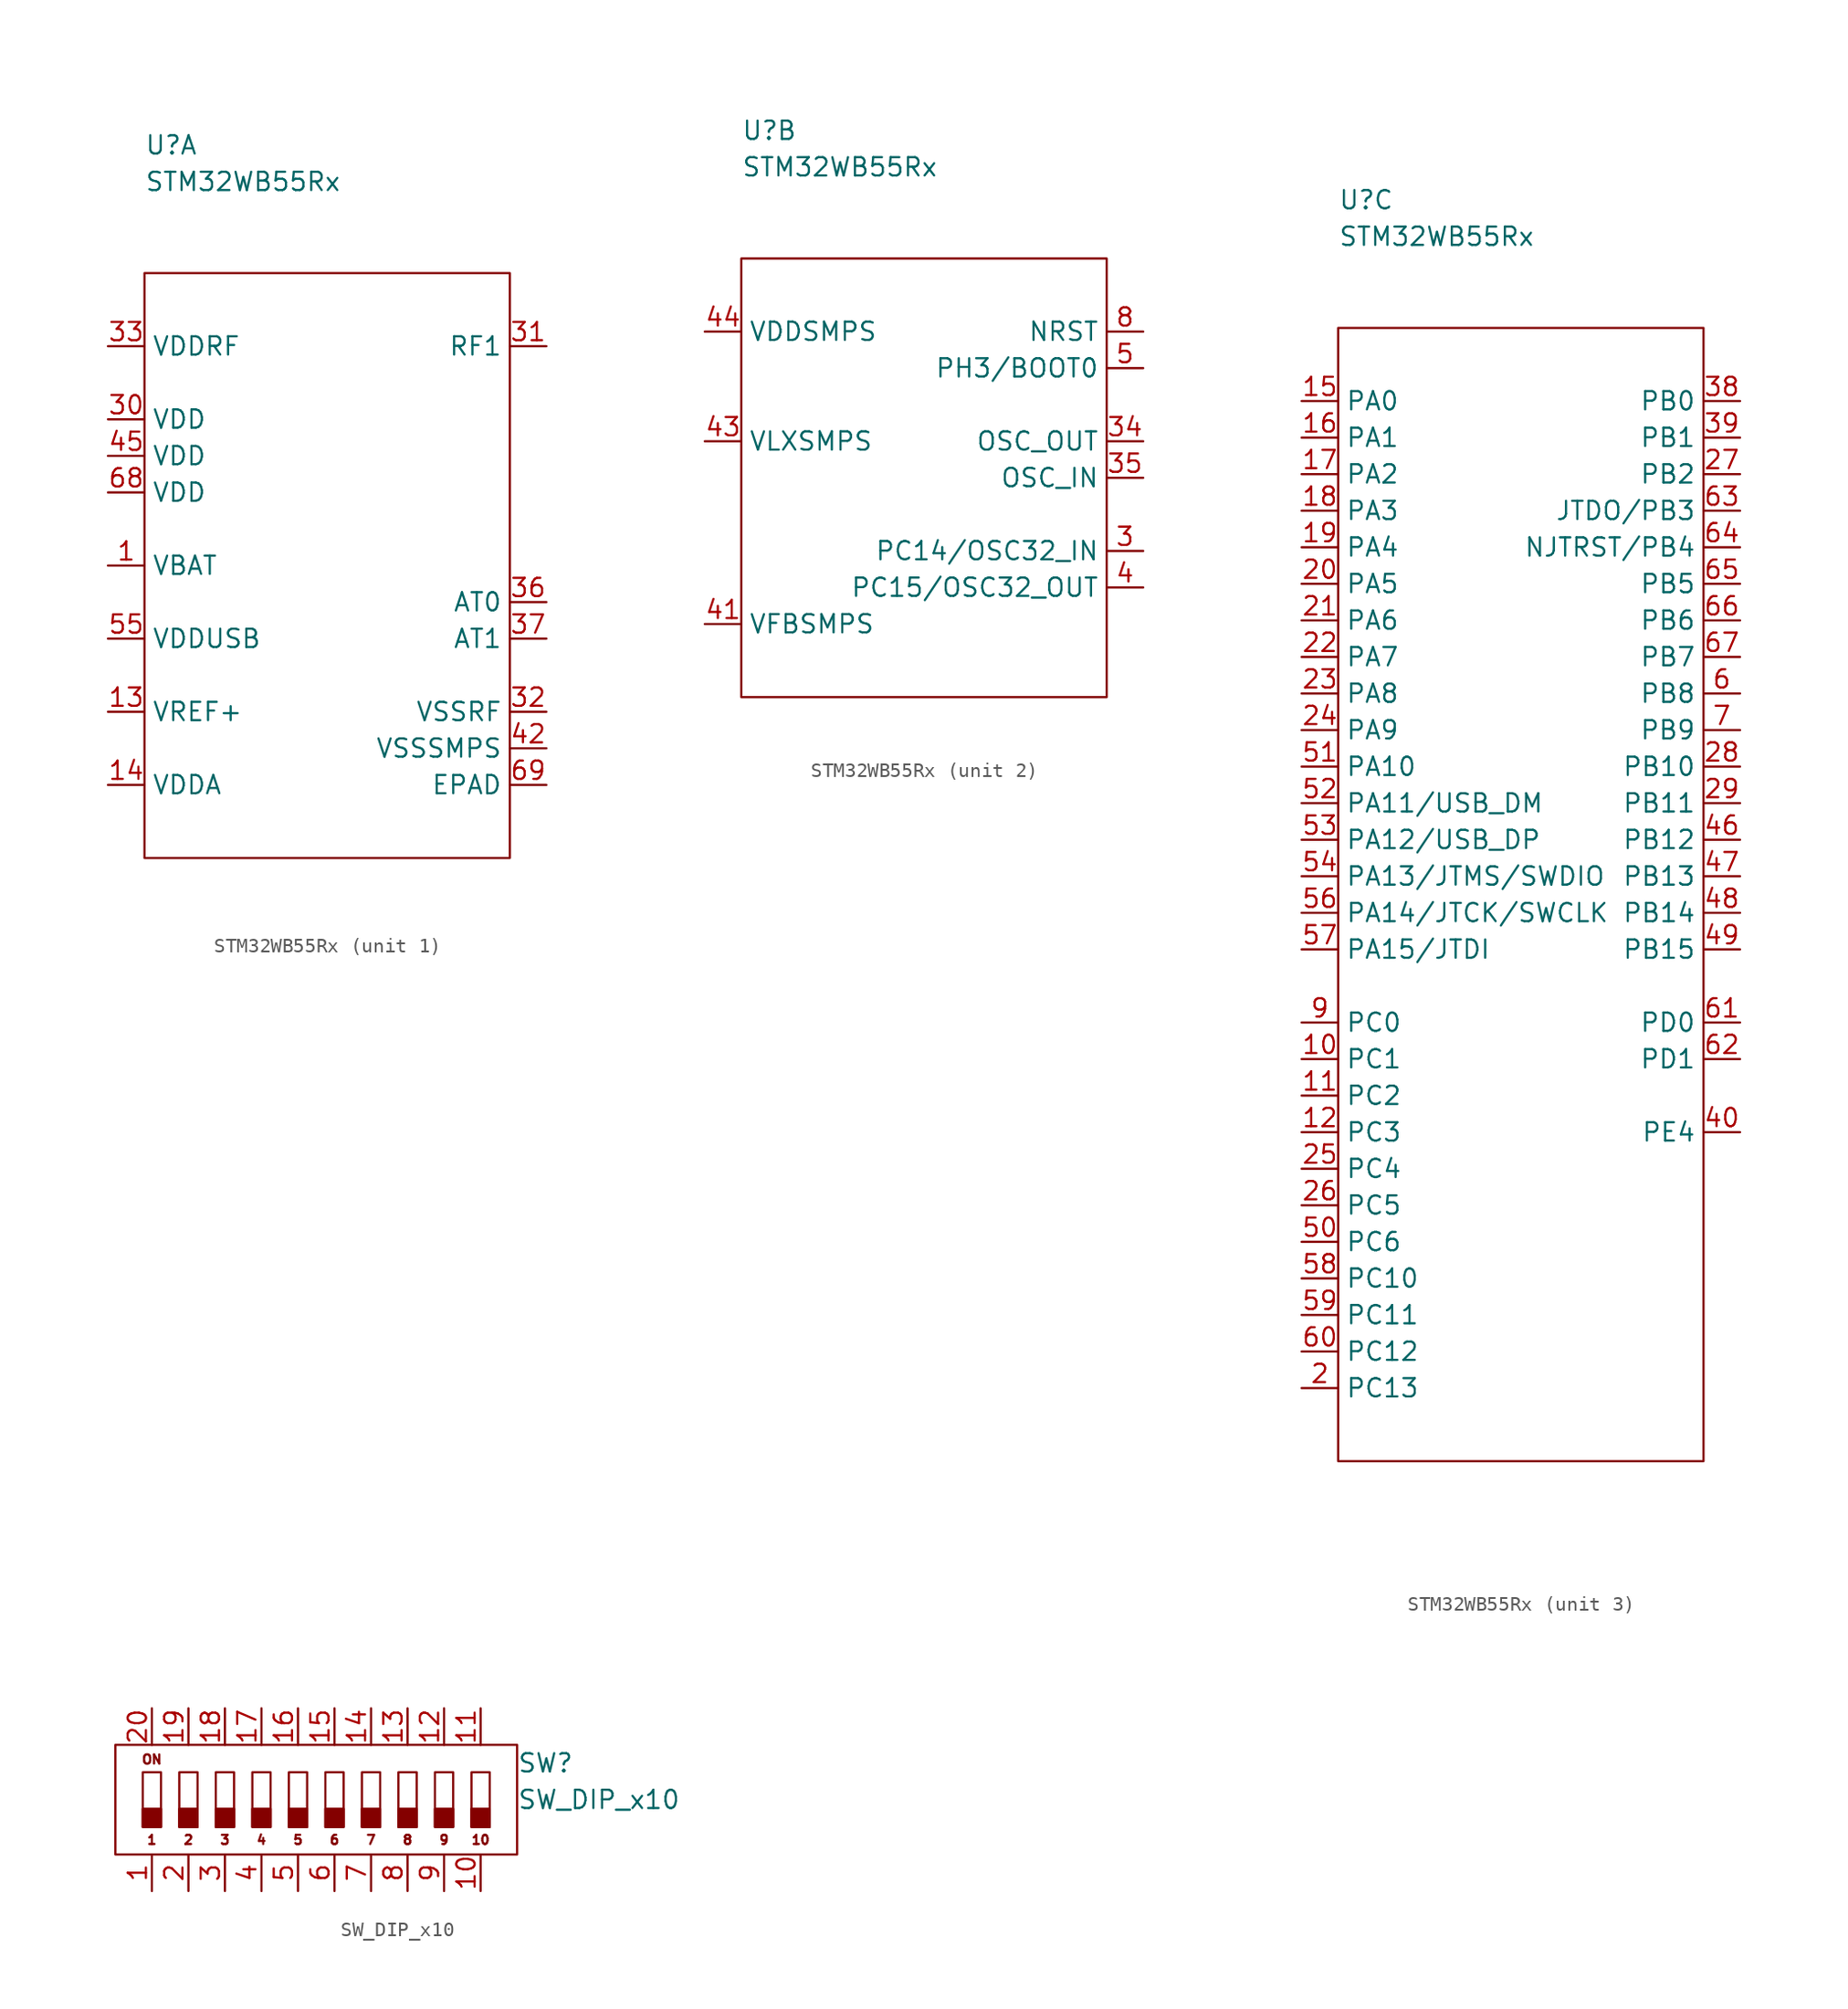
<source format=kicad_sym>
(kicad_symbol_lib
  (version 20211014)
  (generator kicad_symbol_editor)
  (symbol "STM32WB55Rx"
    (property "Reference" "U"
      (at 0 8.89 0)
      (effects (font (size 1.27 1.27)) (justify left)))
    (property "Value" "STM32WB55Rx"
      (at 0 6.35 0)
      (effects (font (size 1.27 1.27)) (justify left)))
    (symbol "STM32WB55Rx_1_1"
      (rectangle (start 0 0) (end 25.4 -40.64) (stroke (width 0.152) (type default) (color 0 0 0 0)) (fill (type none)))
      (pin passive line (at -2.54 -20.32 0) (length 2.54) (name "VBAT" (effects (font (size 1.27 1.27)))) (number "1" (effects (font (size 1.27 1.27)))))
      (pin passive line (at -2.54 -30.48 0) (length 2.54) (name "VREF+" (effects (font (size 1.27 1.27)))) (number "13" (effects (font (size 1.27 1.27)))))
      (pin passive line (at -2.54 -35.56 0) (length 2.54) (name "VDDA" (effects (font (size 1.27 1.27)))) (number "14" (effects (font (size 1.27 1.27)))))
      (pin passive line (at -2.54 -10.16 0) (length 2.54) (name "VDD" (effects (font (size 1.27 1.27)))) (number "30" (effects (font (size 1.27 1.27)))))
      (pin passive line (at 27.94 -5.08 180) (length 2.54) (name "RF1" (effects (font (size 1.27 1.27)))) (number "31" (effects (font (size 1.27 1.27)))))
      (pin passive line (at 27.94 -30.48 180) (length 2.54) (name "VSSRF" (effects (font (size 1.27 1.27)))) (number "32" (effects (font (size 1.27 1.27)))))
      (pin passive line (at -2.54 -5.08 0) (length 2.54) (name "VDDRF" (effects (font (size 1.27 1.27)))) (number "33" (effects (font (size 1.27 1.27)))))
      (pin passive line (at 27.94 -22.86 180) (length 2.54) (name "AT0" (effects (font (size 1.27 1.27)))) (number "36" (effects (font (size 1.27 1.27)))))
      (pin passive line (at 27.94 -25.4 180) (length 2.54) (name "AT1" (effects (font (size 1.27 1.27)))) (number "37" (effects (font (size 1.27 1.27)))))
      (pin passive line (at 27.94 -33.02 180) (length 2.54) (name "VSSSMPS" (effects (font (size 1.27 1.27)))) (number "42" (effects (font (size 1.27 1.27)))))
      (pin passive line (at -2.54 -12.7 0) (length 2.54) (name "VDD" (effects (font (size 1.27 1.27)))) (number "45" (effects (font (size 1.27 1.27)))))
      (pin passive line (at -2.54 -25.4 0) (length 2.54) (name "VDDUSB" (effects (font (size 1.27 1.27)))) (number "55" (effects (font (size 1.27 1.27)))))
      (pin passive line (at -2.54 -15.24 0) (length 2.54) (name "VDD" (effects (font (size 1.27 1.27)))) (number "68" (effects (font (size 1.27 1.27)))))
      (pin passive line (at 27.94 -35.56 180) (length 2.54) (name "EPAD" (effects (font (size 1.27 1.27)))) (number "69" (effects (font (size 1.27 1.27))))))
    (symbol "STM32WB55Rx_2_1"
      (rectangle (start 0 0) (end 25.4 -30.48) (stroke (width 0.152) (type default) (color 0 0 0 0)) (fill (type none)))
      (pin passive line (at 27.94 -20.32 180) (length 2.54) (name "PC14/OSC32_IN" (effects (font (size 1.27 1.27)))) (number "3" (effects (font (size 1.27 1.27)))))
      (pin passive line (at 27.94 -12.7 180) (length 2.54) (name "OSC_OUT" (effects (font (size 1.27 1.27)))) (number "34" (effects (font (size 1.27 1.27)))))
      (pin passive line (at 27.94 -15.24 180) (length 2.54) (name "OSC_IN" (effects (font (size 1.27 1.27)))) (number "35" (effects (font (size 1.27 1.27)))))
      (pin passive line (at 27.94 -22.86 180) (length 2.54) (name "PC15/OSC32_OUT" (effects (font (size 1.27 1.27)))) (number "4" (effects (font (size 1.27 1.27)))))
      (pin passive line (at -2.54 -25.4 0) (length 2.54) (name "VFBSMPS" (effects (font (size 1.27 1.27)))) (number "41" (effects (font (size 1.27 1.27)))))
      (pin passive line (at -2.54 -12.7 0) (length 2.54) (name "VLXSMPS" (effects (font (size 1.27 1.27)))) (number "43" (effects (font (size 1.27 1.27)))))
      (pin passive line (at -2.54 -5.08 0) (length 2.54) (name "VDDSMPS" (effects (font (size 1.27 1.27)))) (number "44" (effects (font (size 1.27 1.27)))))
      (pin passive line (at 27.94 -7.62 180) (length 2.54) (name "PH3/BOOT0" (effects (font (size 1.27 1.27)))) (number "5" (effects (font (size 1.27 1.27)))))
      (pin passive line (at 27.94 -5.08 180) (length 2.54) (name "NRST" (effects (font (size 1.27 1.27)))) (number "8" (effects (font (size 1.27 1.27))))))
    (symbol "STM32WB55Rx_3_1"
      (rectangle (start 0 0) (end 25.4 -78.74) (stroke (width 0.152) (type default) (color 0 0 0 0)) (fill (type none)))
      (pin passive line (at -2.54 -50.8 0) (length 2.54) (name "PC1" (effects (font (size 1.27 1.27)))) (number "10" (effects (font (size 1.27 1.27)))))
      (pin passive line (at -2.54 -53.34 0) (length 2.54) (name "PC2" (effects (font (size 1.27 1.27)))) (number "11" (effects (font (size 1.27 1.27)))))
      (pin passive line (at -2.54 -55.88 0) (length 2.54) (name "PC3" (effects (font (size 1.27 1.27)))) (number "12" (effects (font (size 1.27 1.27)))))
      (pin passive line (at -2.54 -5.08 0) (length 2.54) (name "PA0" (effects (font (size 1.27 1.27)))) (number "15" (effects (font (size 1.27 1.27)))))
      (pin passive line (at -2.54 -7.62 0) (length 2.54) (name "PA1" (effects (font (size 1.27 1.27)))) (number "16" (effects (font (size 1.27 1.27)))))
      (pin passive line (at -2.54 -10.16 0) (length 2.54) (name "PA2" (effects (font (size 1.27 1.27)))) (number "17" (effects (font (size 1.27 1.27)))))
      (pin passive line (at -2.54 -12.7 0) (length 2.54) (name "PA3" (effects (font (size 1.27 1.27)))) (number "18" (effects (font (size 1.27 1.27)))))
      (pin passive line (at -2.54 -15.24 0) (length 2.54) (name "PA4" (effects (font (size 1.27 1.27)))) (number "19" (effects (font (size 1.27 1.27)))))
      (pin passive line (at -2.54 -73.66 0) (length 2.54) (name "PC13" (effects (font (size 1.27 1.27)))) (number "2" (effects (font (size 1.27 1.27)))))
      (pin passive line (at -2.54 -17.78 0) (length 2.54) (name "PA5" (effects (font (size 1.27 1.27)))) (number "20" (effects (font (size 1.27 1.27)))))
      (pin passive line (at -2.54 -20.32 0) (length 2.54) (name "PA6" (effects (font (size 1.27 1.27)))) (number "21" (effects (font (size 1.27 1.27)))))
      (pin passive line (at -2.54 -22.86 0) (length 2.54) (name "PA7" (effects (font (size 1.27 1.27)))) (number "22" (effects (font (size 1.27 1.27)))))
      (pin passive line (at -2.54 -25.4 0) (length 2.54) (name "PA8" (effects (font (size 1.27 1.27)))) (number "23" (effects (font (size 1.27 1.27)))))
      (pin passive line (at -2.54 -27.94 0) (length 2.54) (name "PA9" (effects (font (size 1.27 1.27)))) (number "24" (effects (font (size 1.27 1.27)))))
      (pin passive line (at -2.54 -58.42 0) (length 2.54) (name "PC4" (effects (font (size 1.27 1.27)))) (number "25" (effects (font (size 1.27 1.27)))))
      (pin passive line (at -2.54 -60.96 0) (length 2.54) (name "PC5" (effects (font (size 1.27 1.27)))) (number "26" (effects (font (size 1.27 1.27)))))
      (pin passive line (at 27.94 -10.16 180) (length 2.54) (name "PB2" (effects (font (size 1.27 1.27)))) (number "27" (effects (font (size 1.27 1.27)))))
      (pin passive line (at 27.94 -30.48 180) (length 2.54) (name "PB10" (effects (font (size 1.27 1.27)))) (number "28" (effects (font (size 1.27 1.27)))))
      (pin passive line (at 27.94 -33.02 180) (length 2.54) (name "PB11" (effects (font (size 1.27 1.27)))) (number "29" (effects (font (size 1.27 1.27)))))
      (pin passive line (at 27.94 -5.08 180) (length 2.54) (name "PB0" (effects (font (size 1.27 1.27)))) (number "38" (effects (font (size 1.27 1.27)))))
      (pin passive line (at 27.94 -7.62 180) (length 2.54) (name "PB1" (effects (font (size 1.27 1.27)))) (number "39" (effects (font (size 1.27 1.27)))))
      (pin passive line (at 27.94 -55.88 180) (length 2.54) (name "PE4" (effects (font (size 1.27 1.27)))) (number "40" (effects (font (size 1.27 1.27)))))
      (pin passive line (at 27.94 -35.56 180) (length 2.54) (name "PB12" (effects (font (size 1.27 1.27)))) (number "46" (effects (font (size 1.27 1.27)))))
      (pin passive line (at 27.94 -38.1 180) (length 2.54) (name "PB13" (effects (font (size 1.27 1.27)))) (number "47" (effects (font (size 1.27 1.27)))))
      (pin passive line (at 27.94 -40.64 180) (length 2.54) (name "PB14" (effects (font (size 1.27 1.27)))) (number "48" (effects (font (size 1.27 1.27)))))
      (pin passive line (at 27.94 -43.18 180) (length 2.54) (name "PB15" (effects (font (size 1.27 1.27)))) (number "49" (effects (font (size 1.27 1.27)))))
      (pin passive line (at -2.54 -63.5 0) (length 2.54) (name "PC6" (effects (font (size 1.27 1.27)))) (number "50" (effects (font (size 1.27 1.27)))))
      (pin passive line (at -2.54 -30.48 0) (length 2.54) (name "PA10" (effects (font (size 1.27 1.27)))) (number "51" (effects (font (size 1.27 1.27)))))
      (pin passive line (at -2.54 -33.02 0) (length 2.54) (name "PA11/USB_DM" (effects (font (size 1.27 1.27)))) (number "52" (effects (font (size 1.27 1.27)))))
      (pin passive line (at -2.54 -35.56 0) (length 2.54) (name "PA12/USB_DP" (effects (font (size 1.27 1.27)))) (number "53" (effects (font (size 1.27 1.27)))))
      (pin passive line (at -2.54 -38.1 0) (length 2.54) (name "PA13/JTMS/SWDIO" (effects (font (size 1.27 1.27)))) (number "54" (effects (font (size 1.27 1.27)))))
      (pin passive line (at -2.54 -40.64 0) (length 2.54) (name "PA14/JTCK/SWCLK" (effects (font (size 1.27 1.27)))) (number "56" (effects (font (size 1.27 1.27)))))
      (pin passive line (at -2.54 -43.18 0) (length 2.54) (name "PA15/JTDI" (effects (font (size 1.27 1.27)))) (number "57" (effects (font (size 1.27 1.27)))))
      (pin passive line (at -2.54 -66.04 0) (length 2.54) (name "PC10" (effects (font (size 1.27 1.27)))) (number "58" (effects (font (size 1.27 1.27)))))
      (pin passive line (at -2.54 -68.58 0) (length 2.54) (name "PC11" (effects (font (size 1.27 1.27)))) (number "59" (effects (font (size 1.27 1.27)))))
      (pin passive line (at 27.94 -25.4 180) (length 2.54) (name "PB8" (effects (font (size 1.27 1.27)))) (number "6" (effects (font (size 1.27 1.27)))))
      (pin passive line (at -2.54 -71.12 0) (length 2.54) (name "PC12" (effects (font (size 1.27 1.27)))) (number "60" (effects (font (size 1.27 1.27)))))
      (pin passive line (at 27.94 -48.26 180) (length 2.54) (name "PD0" (effects (font (size 1.27 1.27)))) (number "61" (effects (font (size 1.27 1.27)))))
      (pin passive line (at 27.94 -50.8 180) (length 2.54) (name "PD1" (effects (font (size 1.27 1.27)))) (number "62" (effects (font (size 1.27 1.27)))))
      (pin passive line (at 27.94 -12.7 180) (length 2.54) (name "JTDO/PB3" (effects (font (size 1.27 1.27)))) (number "63" (effects (font (size 1.27 1.27)))))
      (pin passive line (at 27.94 -15.24 180) (length 2.54) (name "NJTRST/PB4" (effects (font (size 1.27 1.27)))) (number "64" (effects (font (size 1.27 1.27)))))
      (pin passive line (at 27.94 -17.78 180) (length 2.54) (name "PB5" (effects (font (size 1.27 1.27)))) (number "65" (effects (font (size 1.27 1.27)))))
      (pin passive line (at 27.94 -20.32 180) (length 2.54) (name "PB6" (effects (font (size 1.27 1.27)))) (number "66" (effects (font (size 1.27 1.27)))))
      (pin passive line (at 27.94 -22.86 180) (length 2.54) (name "PB7" (effects (font (size 1.27 1.27)))) (number "67" (effects (font (size 1.27 1.27)))))
      (pin passive line (at 27.94 -27.94 180) (length 2.54) (name "PB9" (effects (font (size 1.27 1.27)))) (number "7" (effects (font (size 1.27 1.27)))))
      (pin passive line (at -2.54 -48.26 0) (length 2.54) (name "PC0" (effects (font (size 1.27 1.27)))) (number "9" (effects (font (size 1.27 1.27)))))))
  (symbol "SW_DIP_x10"
    (property "Reference" "SW"
      (at 27.94 -1.27 0)
      (effects (font (size 1.27 1.27)) (justify left)))
    (property "Value" "SW_DIP_x10"
      (at 27.94 -3.81 0)
      (effects (font (size 1.27 1.27)) (justify left)))
    (symbol "SW_DIP_x10_0_0"
      (rectangle (start 0 0) (end 27.94 -7.62) (stroke (width 0.152) (type default) (color 0 0 0 0)) (fill (type none)))
      (text "1" (at 2.54 -6.604 0) (effects (font (size 0.635 0.635))))
      (text "10" (at 25.4 -6.604 0) (effects (font (size 0.635 0.635))))
      (text "2" (at 5.08 -6.604 0) (effects (font (size 0.635 0.635))))
      (text "3" (at 7.62 -6.604 0) (effects (font (size 0.635 0.635))))
      (text "4" (at 10.16 -6.604 0) (effects (font (size 0.635 0.635))))
      (text "5" (at 12.7 -6.604 0) (effects (font (size 0.635 0.635))))
      (text "6" (at 15.24 -6.604 0) (effects (font (size 0.635 0.635))))
      (text "7" (at 17.78 -6.604 0) (effects (font (size 0.635 0.635))))
      (text "8" (at 20.32 -6.604 0) (effects (font (size 0.635 0.635))))
      (text "9" (at 22.86 -6.604 0) (effects (font (size 0.635 0.635))))
      (text "ON" (at 2.54 -1.016 0) (effects (font (size 0.635 0.635)))))
    (symbol "SW_DIP_x10_0_1"
      (rectangle (start 1.905 -4.445) (end 3.175 -5.715) (stroke (width 0.152) (type default) (color 0 0 0 0)) (fill (type outline)))
      (rectangle (start 1.905 -1.905) (end 3.175 -5.715) (stroke (width 0.152) (type default) (color 0 0 0 0)) (fill (type none)))
      (rectangle (start 4.445 -4.445) (end 5.715 -5.715) (stroke (width 0.152) (type default) (color 0 0 0 0)) (fill (type outline)))
      (rectangle (start 4.445 -1.905) (end 5.715 -5.715) (stroke (width 0.152) (type default) (color 0 0 0 0)) (fill (type none)))
      (rectangle (start 6.985 -4.445) (end 8.255 -5.715) (stroke (width 0.152) (type default) (color 0 0 0 0)) (fill (type outline)))
      (rectangle (start 6.985 -1.905) (end 8.255 -5.715) (stroke (width 0.152) (type default) (color 0 0 0 0)) (fill (type none)))
      (rectangle (start 9.525 -4.445) (end 10.795 -5.715) (stroke (width 0.152) (type default) (color 0 0 0 0)) (fill (type outline)))
      (rectangle (start 9.525 -1.905) (end 10.795 -5.715) (stroke (width 0.152) (type default) (color 0 0 0 0)) (fill (type none)))
      (rectangle (start 12.065 -4.445) (end 13.335 -5.715) (stroke (width 0.152) (type default) (color 0 0 0 0)) (fill (type outline)))
      (rectangle (start 12.065 -1.905) (end 13.335 -5.715) (stroke (width 0.152) (type default) (color 0 0 0 0)) (fill (type none)))
      (rectangle (start 14.605 -4.445) (end 15.875 -5.715) (stroke (width 0.152) (type default) (color 0 0 0 0)) (fill (type outline)))
      (rectangle (start 14.605 -1.905) (end 15.875 -5.715) (stroke (width 0.152) (type default) (color 0 0 0 0)) (fill (type none)))
      (rectangle (start 17.145 -4.445) (end 18.415 -5.715) (stroke (width 0.152) (type default) (color 0 0 0 0)) (fill (type outline)))
      (rectangle (start 17.145 -1.905) (end 18.415 -5.715) (stroke (width 0.152) (type default) (color 0 0 0 0)) (fill (type none)))
      (rectangle (start 19.685 -4.445) (end 20.955 -5.715) (stroke (width 0.152) (type default) (color 0 0 0 0)) (fill (type outline)))
      (rectangle (start 19.685 -1.905) (end 20.955 -5.715) (stroke (width 0.152) (type default) (color 0 0 0 0)) (fill (type none)))
      (rectangle (start 22.225 -4.445) (end 23.495 -5.715) (stroke (width 0.152) (type default) (color 0 0 0 0)) (fill (type outline)))
      (rectangle (start 22.225 -1.905) (end 23.495 -5.715) (stroke (width 0.152) (type default) (color 0 0 0 0)) (fill (type none)))
      (rectangle (start 24.765 -4.445) (end 26.035 -5.715) (stroke (width 0.152) (type default) (color 0 0 0 0)) (fill (type outline)))
      (rectangle (start 24.765 -1.905) (end 26.035 -5.715) (stroke (width 0.152) (type default) (color 0 0 0 0)) (fill (type none))))
    (symbol "SW_DIP_x10_1_1"
      (pin passive line (at 2.54 -10.16 90) (length 2.54) (name "~" (effects (font (size 1.27 1.27)))) (number "1" (effects (font (size 1.27 1.27)))))
      (pin passive line (at 25.4 -10.16 90) (length 2.54) (name "~" (effects (font (size 1.27 1.27)))) (number "10" (effects (font (size 1.27 1.27)))))
      (pin passive line (at 25.4 2.54 270) (length 2.54) (name "~" (effects (font (size 1.27 1.27)))) (number "11" (effects (font (size 1.27 1.27)))))
      (pin passive line (at 22.86 2.54 270) (length 2.54) (name "~" (effects (font (size 1.27 1.27)))) (number "12" (effects (font (size 1.27 1.27)))))
      (pin passive line (at 20.32 2.54 270) (length 2.54) (name "~" (effects (font (size 1.27 1.27)))) (number "13" (effects (font (size 1.27 1.27)))))
      (pin passive line (at 17.78 2.54 270) (length 2.54) (name "~" (effects (font (size 1.27 1.27)))) (number "14" (effects (font (size 1.27 1.27)))))
      (pin passive line (at 15.24 2.54 270) (length 2.54) (name "~" (effects (font (size 1.27 1.27)))) (number "15" (effects (font (size 1.27 1.27)))))
      (pin passive line (at 12.7 2.54 270) (length 2.54) (name "~" (effects (font (size 1.27 1.27)))) (number "16" (effects (font (size 1.27 1.27)))))
      (pin passive line (at 10.16 2.54 270) (length 2.54) (name "~" (effects (font (size 1.27 1.27)))) (number "17" (effects (font (size 1.27 1.27)))))
      (pin passive line (at 7.62 2.54 270) (length 2.54) (name "~" (effects (font (size 1.27 1.27)))) (number "18" (effects (font (size 1.27 1.27)))))
      (pin passive line (at 5.08 2.54 270) (length 2.54) (name "~" (effects (font (size 1.27 1.27)))) (number "19" (effects (font (size 1.27 1.27)))))
      (pin passive line (at 5.08 -10.16 90) (length 2.54) (name "~" (effects (font (size 1.27 1.27)))) (number "2" (effects (font (size 1.27 1.27)))))
      (pin passive line (at 2.54 2.54 270) (length 2.54) (name "~" (effects (font (size 1.27 1.27)))) (number "20" (effects (font (size 1.27 1.27)))))
      (pin passive line (at 7.62 -10.16 90) (length 2.54) (name "~" (effects (font (size 1.27 1.27)))) (number "3" (effects (font (size 1.27 1.27)))))
      (pin passive line (at 10.16 -10.16 90) (length 2.54) (name "~" (effects (font (size 1.27 1.27)))) (number "4" (effects (font (size 1.27 1.27)))))
      (pin passive line (at 12.7 -10.16 90) (length 2.54) (name "~" (effects (font (size 1.27 1.27)))) (number "5" (effects (font (size 1.27 1.27)))))
      (pin passive line (at 15.24 -10.16 90) (length 2.54) (name "~" (effects (font (size 1.27 1.27)))) (number "6" (effects (font (size 1.27 1.27)))))
      (pin passive line (at 17.78 -10.16 90) (length 2.54) (name "~" (effects (font (size 1.27 1.27)))) (number "7" (effects (font (size 1.27 1.27)))))
      (pin passive line (at 20.32 -10.16 90) (length 2.54) (name "~" (effects (font (size 1.27 1.27)))) (number "8" (effects (font (size 1.27 1.27)))))
      (pin passive line (at 22.86 -10.16 90) (length 2.54) (name "~" (effects (font (size 1.27 1.27)))) (number "9" (effects (font (size 1.27 1.27))))))))
</source>
